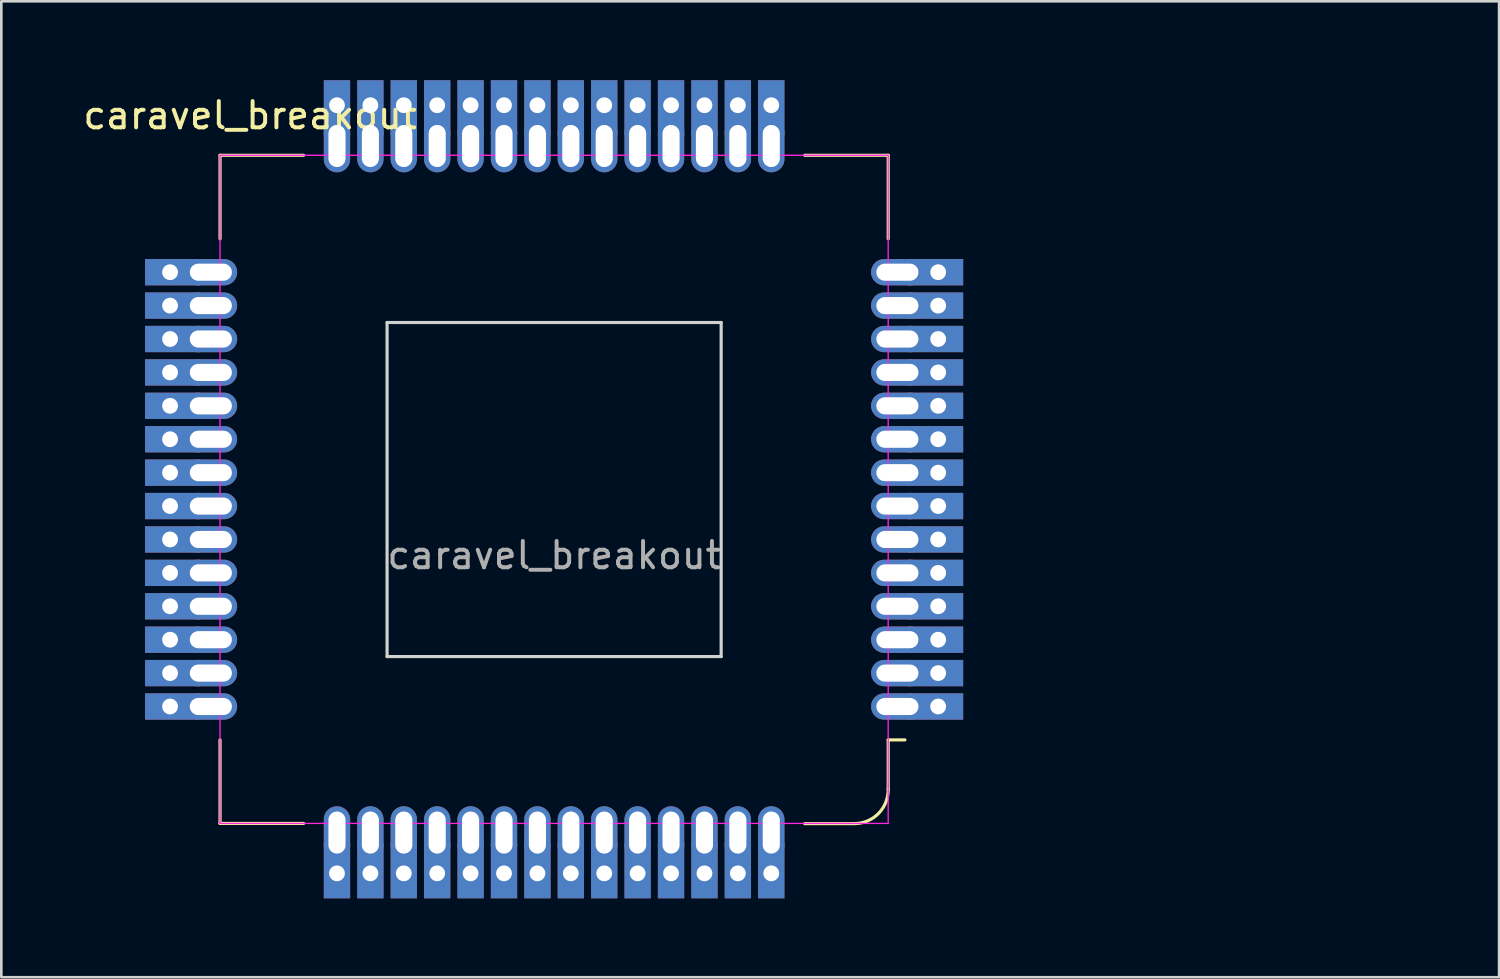
<source format=kicad_pcb>
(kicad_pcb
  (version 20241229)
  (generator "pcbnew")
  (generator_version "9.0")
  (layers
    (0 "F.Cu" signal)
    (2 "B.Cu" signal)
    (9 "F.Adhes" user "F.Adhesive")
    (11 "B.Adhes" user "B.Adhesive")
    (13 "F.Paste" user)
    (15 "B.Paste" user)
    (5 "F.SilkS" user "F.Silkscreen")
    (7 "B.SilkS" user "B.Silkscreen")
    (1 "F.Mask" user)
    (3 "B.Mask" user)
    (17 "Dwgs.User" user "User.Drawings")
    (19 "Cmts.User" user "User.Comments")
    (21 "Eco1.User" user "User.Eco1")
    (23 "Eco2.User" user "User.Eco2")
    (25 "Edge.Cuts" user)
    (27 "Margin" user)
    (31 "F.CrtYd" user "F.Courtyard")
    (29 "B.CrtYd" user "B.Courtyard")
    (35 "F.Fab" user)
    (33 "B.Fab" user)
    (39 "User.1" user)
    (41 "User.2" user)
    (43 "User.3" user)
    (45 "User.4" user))
  (footprint "caravel_breakout"
    (layer "F.Cu")
    (at 18.015 15.56)
    (property "Reference" "caravel_breakout" (at -11.557 -14.224 0) (unlocked yes) (layer "F.SilkS") (effects (font (size 1 1) (thickness 0.15))))
    (attr through_hole)
    (fp_line (start -12.7 -12.707) (end -9.525 -12.707) (stroke (width 0.12) (type solid)) (layer "F.SilkS"))
    (fp_line (start -12.7 -9.532) (end -12.7 -12.707) (stroke (width 0.12) (type solid)) (layer "F.SilkS"))
    (fp_line (start -12.7 9.518) (end -12.7 12.693) (stroke (width 0.12) (type solid)) (layer "F.SilkS"))
    (fp_line (start -12.7 12.693) (end -9.525 12.693) (stroke (width 0.12) (type solid)) (layer "F.SilkS"))
    (fp_line (start 9.525 -12.707) (end 12.7 -12.707) (stroke (width 0.12) (type solid)) (layer "F.SilkS"))
    (fp_line (start 9.525 12.7) (end 11.43 12.7) (stroke (width 0.12) (type solid)) (layer "F.SilkS"))
    (fp_line (start 12.7 -12.707) (end 12.7 -9.532) (stroke (width 0.12) (type solid)) (layer "F.SilkS"))
    (fp_line (start 12.7 9.518) (end 13.335 9.518) (stroke (width 0.12) (type solid)) (layer "F.SilkS"))
    (fp_line (start 12.7 11.38) (end 12.7 9.518) (stroke (width 0.12) (type solid)) (layer "F.SilkS"))
    (fp_arc (start 12.7 11.3805) (mid 12.340258 12.305182) (end 11.43 12.7) (stroke (width 0.12) (type solid)) (layer "F.SilkS"))
    (fp_line (start -6.35 -6.35) (end 6.35 -6.35) (stroke (width 0.12) (type solid)) (layer "Edge.Cuts"))
    (fp_line (start -6.35 6.35) (end -6.35 -6.35) (stroke (width 0.12) (type solid)) (layer "Edge.Cuts"))
    (fp_line (start 6.35 -6.35) (end 6.35 6.35) (stroke (width 0.12) (type solid)) (layer "Edge.Cuts"))
    (fp_line (start 6.35 6.35) (end -6.35 6.35) (stroke (width 0.12) (type solid)) (layer "Edge.Cuts"))
    (fp_line (start -12.7 -12.707) (end 12.7 -12.707) (stroke (width 0.05) (type solid)) (layer "F.CrtYd"))
    (fp_line (start -12.7 12.693) (end -12.7 -12.707) (stroke (width 0.05) (type solid)) (layer "F.CrtYd"))
    (fp_line (start -12.7 12.693) (end 12.7 12.693) (stroke (width 0.05) (type solid)) (layer "F.CrtYd"))
    (fp_line (start 12.7 12.693) (end 12.7 -12.707) (stroke (width 0.05) (type solid)) (layer "F.CrtYd"))
    (fp_text user "${REFERENCE}" (at 0 2.5 0) (unlocked yes) (layer "F.Fab") (effects (font (size 1 1) (thickness 0.15))))
    (pad "1" thru_hole oval (at 13.05 8.248 180) (size 2 1) (drill oval 1.6 0.65) (layers "*.Cu" "*.Mask"))
    (pad "1" thru_hole rect (at 14.6 8.248 180) (size 2.1 1) (drill 0.6 (offset 0.1 0)) (layers "*.Cu" "*.Mask"))
    (pad "2" thru_hole oval (at 13.05 6.978 180) (size 2 1) (drill oval 1.6 0.65) (layers "*.Cu" "*.Mask"))
    (pad "2" thru_hole rect (at 14.6 6.978 180) (size 2.1 1) (drill 0.6 (offset 0.1 0)) (layers "*.Cu" "*.Mask"))
    (pad "3" thru_hole oval (at 13.05 5.708 180) (size 2 1) (drill oval 1.6 0.65) (layers "*.Cu" "*.Mask"))
    (pad "3" thru_hole rect (at 14.6 5.708 180) (size 2.1 1) (drill 0.6 (offset 0.1 0)) (layers "*.Cu" "*.Mask"))
    (pad "4" thru_hole oval (at 13.05 4.438 180) (size 2 1) (drill oval 1.6 0.65) (layers "*.Cu" "*.Mask"))
    (pad "4" thru_hole rect (at 14.6 4.438 180) (size 2.1 1) (drill 0.6 (offset 0.1 0)) (layers "*.Cu" "*.Mask"))
    (pad "5" thru_hole oval (at 13.05 3.168 180) (size 2 1) (drill oval 1.6 0.65) (layers "*.Cu" "*.Mask"))
    (pad "5" thru_hole rect (at 14.6 3.168 180) (size 2.1 1) (drill 0.6 (offset 0.1 0)) (layers "*.Cu" "*.Mask"))
    (pad "6" thru_hole oval (at 13.05 1.898 180) (size 2 1) (drill oval 1.6 0.65) (layers "*.Cu" "*.Mask"))
    (pad "6" thru_hole rect (at 14.6 1.898 180) (size 2.1 1) (drill 0.6 (offset 0.1 0)) (layers "*.Cu" "*.Mask"))
    (pad "7" thru_hole oval (at 13.05 0.628 180) (size 2 1) (drill oval 1.6 0.65) (layers "*.Cu" "*.Mask"))
    (pad "7" thru_hole rect (at 14.6 0.628 180) (size 2.1 1) (drill 0.6 (offset 0.1 0)) (layers "*.Cu" "*.Mask"))
    (pad "8" thru_hole oval (at 13.05 -0.642 180) (size 2 1) (drill oval 1.6 0.65) (layers "*.Cu" "*.Mask"))
    (pad "8" thru_hole rect (at 14.6 -0.642 180) (size 2.1 1) (drill 0.6 (offset 0.1 0)) (layers "*.Cu" "*.Mask"))
    (pad "9" thru_hole oval (at 13.05 -1.912 180) (size 2 1) (drill oval 1.6 0.65) (layers "*.Cu" "*.Mask"))
    (pad "9" thru_hole rect (at 14.6 -1.912 180) (size 2.1 1) (drill 0.6 (offset 0.1 0)) (layers "*.Cu" "*.Mask"))
    (pad "10" thru_hole oval (at 13.05 -3.182 180) (size 2 1) (drill oval 1.6 0.65) (layers "*.Cu" "*.Mask"))
    (pad "10" thru_hole rect (at 14.6 -3.182 180) (size 2.1 1) (drill 0.6 (offset 0.1 0)) (layers "*.Cu" "*.Mask"))
    (pad "11" thru_hole oval (at 13.05 -4.452 180) (size 2 1) (drill oval 1.6 0.65) (layers "*.Cu" "*.Mask"))
    (pad "11" thru_hole rect (at 14.6 -4.452 180) (size 2.1 1) (drill 0.6 (offset 0.1 0)) (layers "*.Cu" "*.Mask"))
    (pad "12" thru_hole oval (at 13.05 -5.722 180) (size 2 1) (drill oval 1.6 0.65) (layers "*.Cu" "*.Mask"))
    (pad "12" thru_hole rect (at 14.6 -5.722 180) (size 2.1 1) (drill 0.6 (offset 0.1 0)) (layers "*.Cu" "*.Mask"))
    (pad "13" thru_hole oval (at 13.05 -6.992 180) (size 2 1) (drill oval 1.6 0.65) (layers "*.Cu" "*.Mask"))
    (pad "13" thru_hole rect (at 14.6 -6.992 180) (size 2.1 1) (drill 0.6 (offset 0.1 0)) (layers "*.Cu" "*.Mask"))
    (pad "14" thru_hole oval (at 13.05 -8.262 180) (size 2 1) (drill oval 1.6 0.65) (layers "*.Cu" "*.Mask"))
    (pad "14" thru_hole rect (at 14.6 -8.262 180) (size 2.1 1) (drill 0.6 (offset 0.1 0)) (layers "*.Cu" "*.Mask"))
    (pad "15" thru_hole rect (at 8.255 -14.61 270) (size 2.1 1) (drill 0.6 (offset 0.1 0)) (layers "*.Cu" "*.Mask"))
    (pad "15" thru_hole oval (at 8.255 -13.06 270) (size 2 1) (drill oval 1.6 0.65) (layers "*.Cu" "*.Mask"))
    (pad "16" thru_hole rect (at 6.985 -14.61 270) (size 2.1 1) (drill 0.6 (offset 0.1 0)) (layers "*.Cu" "*.Mask"))
    (pad "16" thru_hole oval (at 6.985 -13.06 270) (size 2 1) (drill oval 1.6 0.65) (layers "*.Cu" "*.Mask"))
    (pad "17" thru_hole rect (at 5.715 -14.61 270) (size 2.1 1) (drill 0.6 (offset 0.1 0)) (layers "*.Cu" "*.Mask"))
    (pad "17" thru_hole oval (at 5.715 -13.06 270) (size 2 1) (drill oval 1.6 0.65) (layers "*.Cu" "*.Mask"))
    (pad "18" thru_hole rect (at 4.445 -14.61 270) (size 2.1 1) (drill 0.6 (offset 0.1 0)) (layers "*.Cu" "*.Mask"))
    (pad "18" thru_hole oval (at 4.445 -13.06 270) (size 2 1) (drill oval 1.6 0.65) (layers "*.Cu" "*.Mask"))
    (pad "19" thru_hole rect (at 3.175 -14.61 270) (size 2.1 1) (drill 0.6 (offset 0.1 0)) (layers "*.Cu" "*.Mask"))
    (pad "19" thru_hole oval (at 3.175 -13.06 270) (size 2 1) (drill oval 1.6 0.65) (layers "*.Cu" "*.Mask"))
    (pad "20" thru_hole rect (at 1.905 -14.61 270) (size 2.1 1) (drill 0.6 (offset 0.1 0)) (layers "*.Cu" "*.Mask"))
    (pad "20" thru_hole oval (at 1.905 -13.06 270) (size 2 1) (drill oval 1.6 0.65) (layers "*.Cu" "*.Mask"))
    (pad "21" thru_hole rect (at 0.635 -14.61 270) (size 2.1 1) (drill 0.6 (offset 0.1 0)) (layers "*.Cu" "*.Mask"))
    (pad "21" thru_hole oval (at 0.635 -13.06 270) (size 2 1) (drill oval 1.6 0.65) (layers "*.Cu" "*.Mask"))
    (pad "22" thru_hole rect (at -0.635 -14.61 270) (size 2.1 1) (drill 0.6 (offset 0.1 0)) (layers "*.Cu" "*.Mask"))
    (pad "22" thru_hole oval (at -0.635 -13.06 270) (size 2 1) (drill oval 1.6 0.65) (layers "*.Cu" "*.Mask"))
    (pad "23" thru_hole rect (at -1.905 -14.61 270) (size 2.1 1) (drill 0.6 (offset 0.1 0)) (layers "*.Cu" "*.Mask"))
    (pad "23" thru_hole oval (at -1.905 -13.06 270) (size 2 1) (drill oval 1.6 0.65) (layers "*.Cu" "*.Mask"))
    (pad "24" thru_hole rect (at -3.175 -14.61 270) (size 2.1 1) (drill 0.6 (offset 0.1 0)) (layers "*.Cu" "*.Mask"))
    (pad "24" thru_hole oval (at -3.175 -13.06 270) (size 2 1) (drill oval 1.6 0.65) (layers "*.Cu" "*.Mask"))
    (pad "25" thru_hole rect (at -4.445 -14.61 270) (size 2.1 1) (drill 0.6 (offset 0.1 0)) (layers "*.Cu" "*.Mask"))
    (pad "25" thru_hole oval (at -4.445 -13.06 270) (size 2 1) (drill oval 1.6 0.65) (layers "*.Cu" "*.Mask"))
    (pad "26" thru_hole rect (at -5.715 -14.61 270) (size 2.1 1) (drill 0.6 (offset 0.1 0)) (layers "*.Cu" "*.Mask"))
    (pad "26" thru_hole oval (at -5.715 -13.06 270) (size 2 1) (drill oval 1.6 0.65) (layers "*.Cu" "*.Mask"))
    (pad "27" thru_hole rect (at -6.985 -14.61 270) (size 2.1 1) (drill 0.6 (offset 0.1 0)) (layers "*.Cu" "*.Mask"))
    (pad "27" thru_hole oval (at -6.985 -13.06 270) (size 2 1) (drill oval 1.6 0.65) (layers "*.Cu" "*.Mask"))
    (pad "28" thru_hole rect (at -8.255 -14.61 270) (size 2.1 1) (drill 0.6 (offset 0.1 0)) (layers "*.Cu" "*.Mask"))
    (pad "28" thru_hole oval (at -8.255 -13.06 270) (size 2 1) (drill oval 1.6 0.65) (layers "*.Cu" "*.Mask"))
    (pad "29" thru_hole rect (at -14.6 -8.262) (size 2.1 1) (drill 0.6 (offset 0.1 0)) (layers "*.Cu" "*.Mask"))
    (pad "29" thru_hole oval (at -13.05 -8.262 180) (size 2 1) (drill oval 1.6 0.65) (layers "*.Cu" "*.Mask"))
    (pad "30" thru_hole rect (at -14.6 -6.992) (size 2.1 1) (drill 0.6 (offset 0.1 0)) (layers "*.Cu" "*.Mask"))
    (pad "30" thru_hole oval (at -13.05 -6.992 180) (size 2 1) (drill oval 1.6 0.65) (layers "*.Cu" "*.Mask"))
    (pad "31" thru_hole rect (at -14.6 -5.722) (size 2.1 1) (drill 0.6 (offset 0.1 0)) (layers "*.Cu" "*.Mask"))
    (pad "31" thru_hole oval (at -13.05 -5.722 180) (size 2 1) (drill oval 1.6 0.65) (layers "*.Cu" "*.Mask"))
    (pad "32" thru_hole rect (at -14.6 -4.452) (size 2.1 1) (drill 0.6 (offset 0.1 0)) (layers "*.Cu" "*.Mask"))
    (pad "32" thru_hole oval (at -13.05 -4.452 180) (size 2 1) (drill oval 1.6 0.65) (layers "*.Cu" "*.Mask"))
    (pad "33" thru_hole rect (at -14.6 -3.182) (size 2.1 1) (drill 0.6 (offset 0.1 0)) (layers "*.Cu" "*.Mask"))
    (pad "33" thru_hole oval (at -13.05 -3.182 180) (size 2 1) (drill oval 1.6 0.65) (layers "*.Cu" "*.Mask"))
    (pad "34" thru_hole rect (at -14.6 -1.912) (size 2.1 1) (drill 0.6 (offset 0.1 0)) (layers "*.Cu" "*.Mask"))
    (pad "34" thru_hole oval (at -13.05 -1.912 180) (size 2 1) (drill oval 1.6 0.65) (layers "*.Cu" "*.Mask"))
    (pad "35" thru_hole rect (at -14.6 -0.642) (size 2.1 1) (drill 0.6 (offset 0.1 0)) (layers "*.Cu" "*.Mask"))
    (pad "35" thru_hole oval (at -13.05 -0.642 180) (size 2 1) (drill oval 1.6 0.65) (layers "*.Cu" "*.Mask"))
    (pad "36" thru_hole rect (at -14.6 0.628) (size 2.1 1) (drill 0.6 (offset 0.1 0)) (layers "*.Cu" "*.Mask"))
    (pad "36" thru_hole oval (at -13.05 0.628 180) (size 2 1) (drill oval 1.6 0.65) (layers "*.Cu" "*.Mask"))
    (pad "37" thru_hole rect (at -14.6 1.898) (size 2.1 1) (drill 0.6 (offset 0.1 0)) (layers "*.Cu" "*.Mask"))
    (pad "37" thru_hole oval (at -13.05 1.898 180) (size 2 1) (drill oval 1.6 0.65) (layers "*.Cu" "*.Mask"))
    (pad "38" thru_hole rect (at -14.6 3.168) (size 2.1 1) (drill 0.6 (offset 0.1 0)) (layers "*.Cu" "*.Mask"))
    (pad "38" thru_hole oval (at -13.05 3.168 180) (size 2 1) (drill oval 1.6 0.65) (layers "*.Cu" "*.Mask"))
    (pad "39" thru_hole rect (at -14.6 4.438) (size 2.1 1) (drill 0.6 (offset 0.1 0)) (layers "*.Cu" "*.Mask"))
    (pad "39" thru_hole oval (at -13.05 4.438 180) (size 2 1) (drill oval 1.6 0.65) (layers "*.Cu" "*.Mask"))
    (pad "40" thru_hole rect (at -14.6 5.708) (size 2.1 1) (drill 0.6 (offset 0.1 0)) (layers "*.Cu" "*.Mask"))
    (pad "40" thru_hole oval (at -13.05 5.708 180) (size 2 1) (drill oval 1.6 0.65) (layers "*.Cu" "*.Mask"))
    (pad "41" thru_hole rect (at -14.6 6.978) (size 2.1 1) (drill 0.6 (offset 0.1 0)) (layers "*.Cu" "*.Mask"))
    (pad "41" thru_hole oval (at -13.05 6.978 180) (size 2 1) (drill oval 1.6 0.65) (layers "*.Cu" "*.Mask"))
    (pad "42" thru_hole rect (at -14.6 8.248) (size 2.1 1) (drill 0.6 (offset 0.1 0)) (layers "*.Cu" "*.Mask"))
    (pad "42" thru_hole oval (at -13.05 8.248 180) (size 2 1) (drill oval 1.6 0.65) (layers "*.Cu" "*.Mask"))
    (pad "43" thru_hole oval (at -8.255 13.04 270) (size 2 1) (drill oval 1.6 0.65) (layers "*.Cu" "*.Mask"))
    (pad "43" thru_hole rect (at -8.255 14.59 90) (size 2.1 1) (drill 0.6 (offset 0.1 0)) (layers "*.Cu" "*.Mask"))
    (pad "44" thru_hole oval (at -6.985 13.04 270) (size 2 1) (drill oval 1.6 0.65) (layers "*.Cu" "*.Mask"))
    (pad "44" thru_hole rect (at -6.985 14.59 90) (size 2.1 1) (drill 0.6 (offset 0.1 0)) (layers "*.Cu" "*.Mask"))
    (pad "45" thru_hole oval (at -5.715 13.04 270) (size 2 1) (drill oval 1.6 0.65) (layers "*.Cu" "*.Mask"))
    (pad "45" thru_hole rect (at -5.715 14.59 90) (size 2.1 1) (drill 0.6 (offset 0.1 0)) (layers "*.Cu" "*.Mask"))
    (pad "46" thru_hole oval (at -4.445 13.04 270) (size 2 1) (drill oval 1.6 0.65) (layers "*.Cu" "*.Mask"))
    (pad "46" thru_hole rect (at -4.445 14.59 90) (size 2.1 1) (drill 0.6 (offset 0.1 0)) (layers "*.Cu" "*.Mask"))
    (pad "47" thru_hole oval (at -3.175 13.04 270) (size 2 1) (drill oval 1.6 0.65) (layers "*.Cu" "*.Mask"))
    (pad "47" thru_hole rect (at -3.175 14.59 90) (size 2.1 1) (drill 0.6 (offset 0.1 0)) (layers "*.Cu" "*.Mask"))
    (pad "48" thru_hole oval (at -1.905 13.04 270) (size 2 1) (drill oval 1.6 0.65) (layers "*.Cu" "*.Mask"))
    (pad "48" thru_hole rect (at -1.905 14.59 90) (size 2.1 1) (drill 0.6 (offset 0.1 0)) (layers "*.Cu" "*.Mask"))
    (pad "49" thru_hole oval (at -0.635 13.04 270) (size 2 1) (drill oval 1.6 0.65) (layers "*.Cu" "*.Mask"))
    (pad "49" thru_hole rect (at -0.635 14.59 90) (size 2.1 1) (drill 0.6 (offset 0.1 0)) (layers "*.Cu" "*.Mask"))
    (pad "50" thru_hole oval (at 0.635 13.04 270) (size 2 1) (drill oval 1.6 0.65) (layers "*.Cu" "*.Mask"))
    (pad "50" thru_hole rect (at 0.635 14.59 90) (size 2.1 1) (drill 0.6 (offset 0.1 0)) (layers "*.Cu" "*.Mask"))
    (pad "51" thru_hole oval (at 1.905 13.04 270) (size 2 1) (drill oval 1.6 0.65) (layers "*.Cu" "*.Mask"))
    (pad "51" thru_hole rect (at 1.905 14.59 90) (size 2.1 1) (drill 0.6 (offset 0.1 0)) (layers "*.Cu" "*.Mask"))
    (pad "52" thru_hole oval (at 3.175 13.04 270) (size 2 1) (drill oval 1.6 0.65) (layers "*.Cu" "*.Mask"))
    (pad "52" thru_hole rect (at 3.175 14.59 90) (size 2.1 1) (drill 0.6 (offset 0.1 0)) (layers "*.Cu" "*.Mask"))
    (pad "53" thru_hole oval (at 4.445 13.04 270) (size 2 1) (drill oval 1.6 0.65) (layers "*.Cu" "*.Mask"))
    (pad "53" thru_hole rect (at 4.445 14.59 90) (size 2.1 1) (drill 0.6 (offset 0.1 0)) (layers "*.Cu" "*.Mask"))
    (pad "54" thru_hole oval (at 5.715 13.04 270) (size 2 1) (drill oval 1.6 0.65) (layers "*.Cu" "*.Mask"))
    (pad "54" thru_hole rect (at 5.715 14.59 90) (size 2.1 1) (drill 0.6 (offset 0.1 0)) (layers "*.Cu" "*.Mask"))
    (pad "55" thru_hole oval (at 6.985 13.04 270) (size 2 1) (drill oval 1.6 0.65) (layers "*.Cu" "*.Mask"))
    (pad "55" thru_hole rect (at 6.985 14.59 90) (size 2.1 1) (drill 0.6 (offset 0.1 0)) (layers "*.Cu" "*.Mask"))
    (pad "56" thru_hole oval (at 8.255 13.04 270) (size 2 1) (drill oval 1.6 0.65) (layers "*.Cu" "*.Mask"))
    (pad "56" thru_hole rect (at 8.255 14.59 90) (size 2.1 1) (drill 0.6 (offset 0.1 0)) (layers "*.Cu" "*.Mask"))
    (zone (net_name "") (layers "F.Cu" "F.Mask" "B.Cu" "B.Mask" "F.SilkS" "B.SilkS" "F.Adhes" "B.Adhes" "F.Paste" "B.Paste") (name "Breakout board pop area") (hatch full 0.508) (connect_pads) (min_thickness 0.254) (filled_areas_thickness no) (keepout (tracks not_allowed) (vias not_allowed) (pads not_allowed) (copperpour not_allowed) (footprints not_allowed)) (placement (enabled no)) (fill) (polygon (pts (xy 24.365 21.91) (xy 11.665 21.91) (xy 11.665 9.21) (xy 24.365 9.21)))))
  (footprint "Jumper_1x2_P2.54"
    (layer "F.Cu")
    (at 42.467 2.848)
    (property "Reference" "Jumper_1x2_P2.54" (at 1.37 -2 0) (layer "User.1") (effects (font (size 1 1) (thickness 0.15))))
    (attr board_only exclude_from_bom)
    (fp_line (start -1.27 -1.27) (end 3.81 -1.27) (stroke (width 0.1) (type solid)) (layer "User.1"))
    (fp_line (start -1.27 1.27) (end -1.27 -1.27) (stroke (width 0.1) (type solid)) (layer "User.1"))
    (fp_line (start -1.27 1.27) (end 3.81 1.27) (stroke (width 0.1) (type solid)) (layer "User.1"))
    (fp_line (start 3.81 1.27) (end 3.81 -1.27) (stroke (width 0.1) (type solid)) (layer "User.1"))
    (fp_text user "${REFERENCE}" (at 1.2 0 0) (layer "User.1") (effects (font (size 1 1) (thickness 0.15)))))
  (gr_rect
    (start -3 -3)
    (end 53.938 34.1)
    (stroke (width 0.1) (type default))
    (fill no)
    (layer "Edge.Cuts")))
</source>
